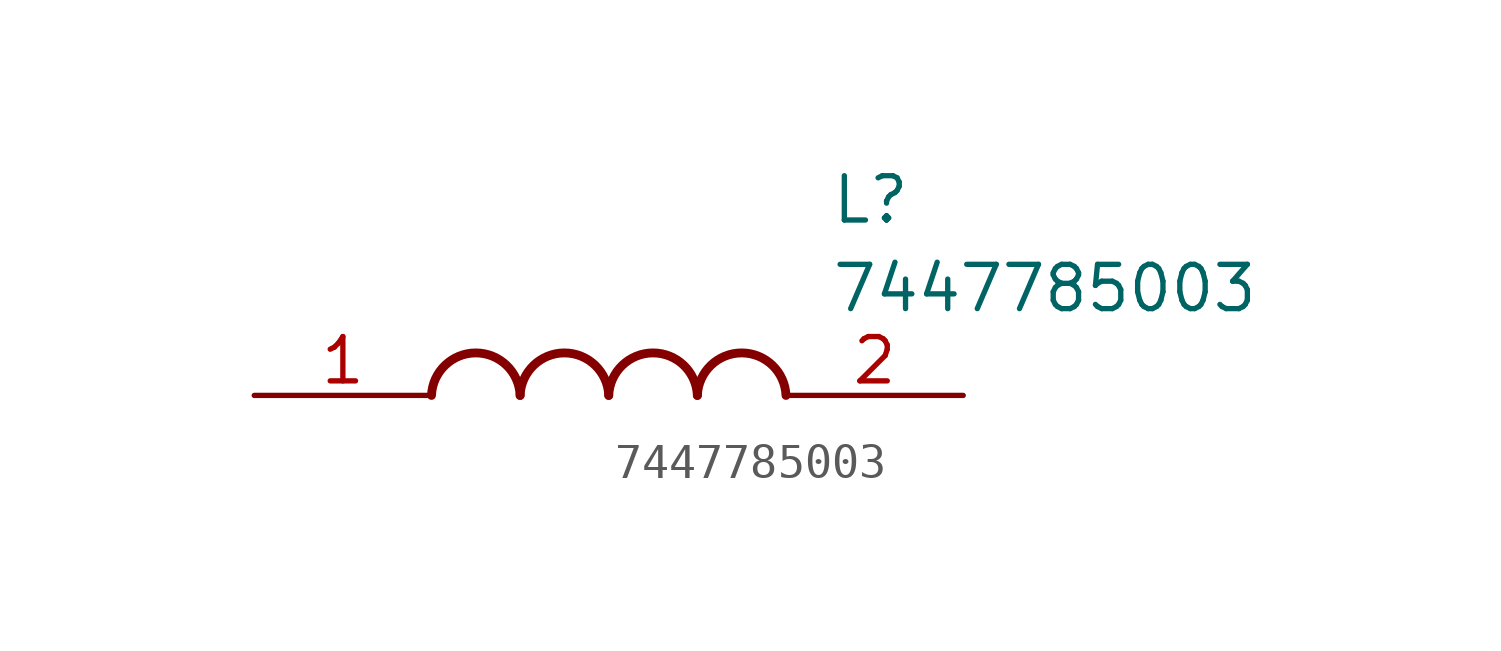
<source format=kicad_sym>
(kicad_symbol_lib
  (version 20211014)
  (generator SamacSys_ECAD_Model)
  (symbol "7447785003"
    (pin_names hide)
    (property "Reference" "L"
      (at 16.51 6.35 0)
      (effects (font (size 1.27 1.27)) (justify left top)))
    (property "Value" "7447785003"
      (at 16.51 3.81 0)
      (effects (font (size 1.27 1.27)) (justify left top)))
    (arc
      (start 7.62 0)
      (mid 6.35 1.219)
      (end 5.08 0)
      (stroke (width 0.254) (type default))
      (fill (type none)))
    (arc
      (start 10.16 0)
      (mid 8.89 1.219)
      (end 7.62 0)
      (stroke (width 0.254) (type default))
      (fill (type none)))
    (arc
      (start 12.7 0)
      (mid 11.43 1.219)
      (end 10.16 0)
      (stroke (width 0.254) (type default))
      (fill (type none)))
    (arc
      (start 15.24 0)
      (mid 13.97 1.219)
      (end 12.7 0)
      (stroke (width 0.254) (type default))
      (fill (type none)))
    (pin passive line
      (at 0 0 0)
      (length 5.08)
      (name "1" (effects (font (size 1.27 1.27))))
      (number "1" (effects (font (size 1.27 1.27)))))
    (pin passive line
      (at 20.32 0 180)
      (length 5.08)
      (name "2" (effects (font (size 1.27 1.27))))
      (number "2" (effects (font (size 1.27 1.27)))))))
</source>
